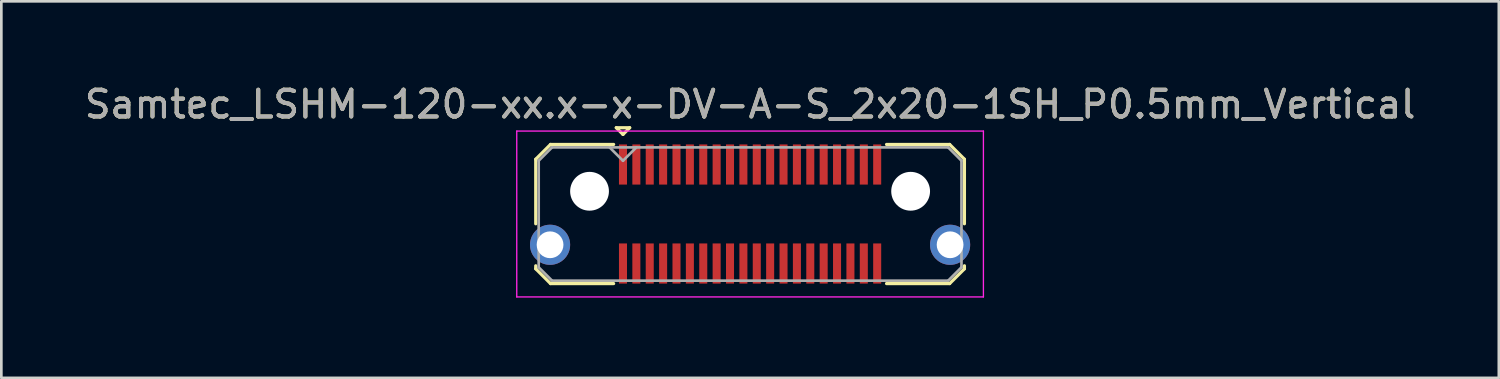
<source format=kicad_pcb>
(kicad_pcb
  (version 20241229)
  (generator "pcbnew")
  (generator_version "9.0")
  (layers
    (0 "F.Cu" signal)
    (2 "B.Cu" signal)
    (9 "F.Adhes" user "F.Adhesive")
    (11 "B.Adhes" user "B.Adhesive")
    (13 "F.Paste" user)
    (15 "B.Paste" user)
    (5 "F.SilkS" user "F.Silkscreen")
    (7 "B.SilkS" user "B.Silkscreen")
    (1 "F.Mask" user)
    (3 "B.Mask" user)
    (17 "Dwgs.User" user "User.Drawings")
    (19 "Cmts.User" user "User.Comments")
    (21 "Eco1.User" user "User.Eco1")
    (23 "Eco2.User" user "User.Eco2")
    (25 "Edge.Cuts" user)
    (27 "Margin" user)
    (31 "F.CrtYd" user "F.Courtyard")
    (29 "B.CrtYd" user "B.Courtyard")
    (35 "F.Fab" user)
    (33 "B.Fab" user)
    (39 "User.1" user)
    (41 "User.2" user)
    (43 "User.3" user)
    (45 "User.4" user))
  (footprint "Samtec_LSHM-120-xx.x-x-DV-A-S_2x20-1SH_P0.5mm_Vertical"
    (layer "F.Cu")
    (at 24.982 4.948)
    (property "Reference" "Samtec_LSHM-120-xx.x-x-DV-A-S_2x20-1SH_P0.5mm_Vertical" (at 0 -4.1 0) (layer "F.SilkS") (effects (font (size 1 1) (thickness 0.15))))
    (attr smd)
    (fp_line (start -8.01 -2.047) (end -8.01 0.365) (stroke (width 0.12) (type solid)) (layer "F.SilkS"))
    (fp_line (start -8.01 1.935) (end -8.01 2.047) (stroke (width 0.12) (type solid)) (layer "F.SilkS"))
    (fp_line (start -8.01 2.047) (end -7.457 2.6) (stroke (width 0.12) (type solid)) (layer "F.SilkS"))
    (fp_line (start -7.457 -2.6) (end -8.01 -2.047) (stroke (width 0.12) (type solid)) (layer "F.SilkS"))
    (fp_line (start -7.457 2.6) (end -5.1 2.6) (stroke (width 0.12) (type solid)) (layer "F.SilkS"))
    (fp_line (start -5.1 -2.6) (end -7.457 -2.6) (stroke (width 0.12) (type solid)) (layer "F.SilkS"))
    (fp_line (start -5 -3.225) (end -4.5 -3.225) (stroke (width 0.12) (type solid)) (layer "F.SilkS"))
    (fp_line (start -4.75 -2.975) (end -5 -3.225) (stroke (width 0.12) (type solid)) (layer "F.SilkS"))
    (fp_line (start -4.5 -3.225) (end -4.75 -2.975) (stroke (width 0.12) (type solid)) (layer "F.SilkS"))
    (fp_line (start 5.1 -2.6) (end 7.457 -2.6) (stroke (width 0.12) (type solid)) (layer "F.SilkS"))
    (fp_line (start 7.457 -2.6) (end 8.01 -2.047) (stroke (width 0.12) (type solid)) (layer "F.SilkS"))
    (fp_line (start 7.457 2.6) (end 5.1 2.6) (stroke (width 0.12) (type solid)) (layer "F.SilkS"))
    (fp_line (start 8.01 -2.047) (end 8.01 0.365) (stroke (width 0.12) (type solid)) (layer "F.SilkS"))
    (fp_line (start 8.01 1.935) (end 8.01 2.047) (stroke (width 0.12) (type solid)) (layer "F.SilkS"))
    (fp_line (start 8.01 2.047) (end 7.457 2.6) (stroke (width 0.12) (type solid)) (layer "F.SilkS"))
    (fp_line (start -8.72 -3.1) (end -8.72 3.1) (stroke (width 0.05) (type solid)) (layer "F.CrtYd"))
    (fp_line (start -8.72 3.1) (end 8.72 3.1) (stroke (width 0.05) (type solid)) (layer "F.CrtYd"))
    (fp_line (start 8.72 -3.1) (end -8.72 -3.1) (stroke (width 0.05) (type solid)) (layer "F.CrtYd"))
    (fp_line (start 8.72 3.1) (end 8.72 -3.1) (stroke (width 0.05) (type solid)) (layer "F.CrtYd"))
    (fp_line (start -7.9 -1.992) (end -7.9 1.992) (stroke (width 0.1) (type solid)) (layer "F.Fab"))
    (fp_line (start -7.9 1.992) (end -7.402 2.49) (stroke (width 0.1) (type solid)) (layer "F.Fab"))
    (fp_line (start -7.402 -2.49) (end -7.9 -1.992) (stroke (width 0.1) (type solid)) (layer "F.Fab"))
    (fp_line (start -7.402 2.49) (end 7.402 2.49) (stroke (width 0.1) (type solid)) (layer "F.Fab"))
    (fp_line (start -4.75 -1.99) (end -5.25 -2.49) (stroke (width 0.1) (type solid)) (layer "F.Fab"))
    (fp_line (start -4.25 -2.49) (end -4.75 -1.99) (stroke (width 0.1) (type solid)) (layer "F.Fab"))
    (fp_line (start 7.402 -2.49) (end -7.402 -2.49) (stroke (width 0.1) (type solid)) (layer "F.Fab"))
    (fp_line (start 7.402 2.49) (end 7.9 1.992) (stroke (width 0.1) (type solid)) (layer "F.Fab"))
    (fp_line (start 7.9 -1.992) (end 7.402 -2.49) (stroke (width 0.1) (type solid)) (layer "F.Fab"))
    (fp_line (start 7.9 1.992) (end 7.9 -1.992) (stroke (width 0.1) (type solid)) (layer "F.Fab"))
    (fp_text user "${REFERENCE}" (at 0 -4.1 0) (layer "F.Fab") (effects (font (size 1 1) (thickness 0.15))))
    (pad "" np_thru_hole circle (at -6 -0.85) (size 1.45 1.45) (drill 1.45) (layers "*.Cu" "*.Mask"))
    (pad "" np_thru_hole circle (at 6 -0.85) (size 1.45 1.45) (drill 1.45) (layers "*.Cu" "*.Mask"))
    (pad "1" smd rect (at -4.75 -1.85) (size 0.3 1.5) (layers "F.Cu" "F.Mask" "F.Paste"))
    (pad "2" smd rect (at -4.75 1.85) (size 0.3 1.5) (layers "F.Cu" "F.Mask" "F.Paste"))
    (pad "3" smd rect (at -4.25 -1.85) (size 0.3 1.5) (layers "F.Cu" "F.Mask" "F.Paste"))
    (pad "4" smd rect (at -4.25 1.85) (size 0.3 1.5) (layers "F.Cu" "F.Mask" "F.Paste"))
    (pad "5" smd rect (at -3.75 -1.85) (size 0.3 1.5) (layers "F.Cu" "F.Mask" "F.Paste"))
    (pad "6" smd rect (at -3.75 1.85) (size 0.3 1.5) (layers "F.Cu" "F.Mask" "F.Paste"))
    (pad "7" smd rect (at -3.25 -1.85) (size 0.3 1.5) (layers "F.Cu" "F.Mask" "F.Paste"))
    (pad "8" smd rect (at -3.25 1.85) (size 0.3 1.5) (layers "F.Cu" "F.Mask" "F.Paste"))
    (pad "9" smd rect (at -2.75 -1.85) (size 0.3 1.5) (layers "F.Cu" "F.Mask" "F.Paste"))
    (pad "10" smd rect (at -2.75 1.85) (size 0.3 1.5) (layers "F.Cu" "F.Mask" "F.Paste"))
    (pad "11" smd rect (at -2.25 -1.85) (size 0.3 1.5) (layers "F.Cu" "F.Mask" "F.Paste"))
    (pad "12" smd rect (at -2.25 1.85) (size 0.3 1.5) (layers "F.Cu" "F.Mask" "F.Paste"))
    (pad "13" smd rect (at -1.75 -1.85) (size 0.3 1.5) (layers "F.Cu" "F.Mask" "F.Paste"))
    (pad "14" smd rect (at -1.75 1.85) (size 0.3 1.5) (layers "F.Cu" "F.Mask" "F.Paste"))
    (pad "15" smd rect (at -1.25 -1.85) (size 0.3 1.5) (layers "F.Cu" "F.Mask" "F.Paste"))
    (pad "16" smd rect (at -1.25 1.85) (size 0.3 1.5) (layers "F.Cu" "F.Mask" "F.Paste"))
    (pad "17" smd rect (at -0.75 -1.85) (size 0.3 1.5) (layers "F.Cu" "F.Mask" "F.Paste"))
    (pad "18" smd rect (at -0.75 1.85) (size 0.3 1.5) (layers "F.Cu" "F.Mask" "F.Paste"))
    (pad "19" smd rect (at -0.25 -1.85) (size 0.3 1.5) (layers "F.Cu" "F.Mask" "F.Paste"))
    (pad "20" smd rect (at -0.25 1.85) (size 0.3 1.5) (layers "F.Cu" "F.Mask" "F.Paste"))
    (pad "21" smd rect (at 0.25 -1.85) (size 0.3 1.5) (layers "F.Cu" "F.Mask" "F.Paste"))
    (pad "22" smd rect (at 0.25 1.85) (size 0.3 1.5) (layers "F.Cu" "F.Mask" "F.Paste"))
    (pad "23" smd rect (at 0.75 -1.85) (size 0.3 1.5) (layers "F.Cu" "F.Mask" "F.Paste"))
    (pad "24" smd rect (at 0.75 1.85) (size 0.3 1.5) (layers "F.Cu" "F.Mask" "F.Paste"))
    (pad "25" smd rect (at 1.25 -1.85) (size 0.3 1.5) (layers "F.Cu" "F.Mask" "F.Paste"))
    (pad "26" smd rect (at 1.25 1.85) (size 0.3 1.5) (layers "F.Cu" "F.Mask" "F.Paste"))
    (pad "27" smd rect (at 1.75 -1.85) (size 0.3 1.5) (layers "F.Cu" "F.Mask" "F.Paste"))
    (pad "28" smd rect (at 1.75 1.85) (size 0.3 1.5) (layers "F.Cu" "F.Mask" "F.Paste"))
    (pad "29" smd rect (at 2.25 -1.85) (size 0.3 1.5) (layers "F.Cu" "F.Mask" "F.Paste"))
    (pad "30" smd rect (at 2.25 1.85) (size 0.3 1.5) (layers "F.Cu" "F.Mask" "F.Paste"))
    (pad "31" smd rect (at 2.75 -1.85) (size 0.3 1.5) (layers "F.Cu" "F.Mask" "F.Paste"))
    (pad "32" smd rect (at 2.75 1.85) (size 0.3 1.5) (layers "F.Cu" "F.Mask" "F.Paste"))
    (pad "33" smd rect (at 3.25 -1.85) (size 0.3 1.5) (layers "F.Cu" "F.Mask" "F.Paste"))
    (pad "34" smd rect (at 3.25 1.85) (size 0.3 1.5) (layers "F.Cu" "F.Mask" "F.Paste"))
    (pad "35" smd rect (at 3.75 -1.85) (size 0.3 1.5) (layers "F.Cu" "F.Mask" "F.Paste"))
    (pad "36" smd rect (at 3.75 1.85) (size 0.3 1.5) (layers "F.Cu" "F.Mask" "F.Paste"))
    (pad "37" smd rect (at 4.25 -1.85) (size 0.3 1.5) (layers "F.Cu" "F.Mask" "F.Paste"))
    (pad "38" smd rect (at 4.25 1.85) (size 0.3 1.5) (layers "F.Cu" "F.Mask" "F.Paste"))
    (pad "39" smd rect (at 4.75 -1.85) (size 0.3 1.5) (layers "F.Cu" "F.Mask" "F.Paste"))
    (pad "40" smd rect (at 4.75 1.85) (size 0.3 1.5) (layers "F.Cu" "F.Mask" "F.Paste"))
    (pad "SH" thru_hole circle (at -7.475 1.15) (size 1.5 1.5) (drill 1) (layers "*.Cu" "*.Mask"))
    (pad "SH" thru_hole circle (at 7.475 1.15) (size 1.5 1.5) (drill 1) (layers "*.Cu" "*.Mask")))
  (gr_rect
    (start -3 -3)
    (end 52.964 11.073)
    (stroke (width 0.1) (type default))
    (fill no)
    (layer "Edge.Cuts")))
</source>
